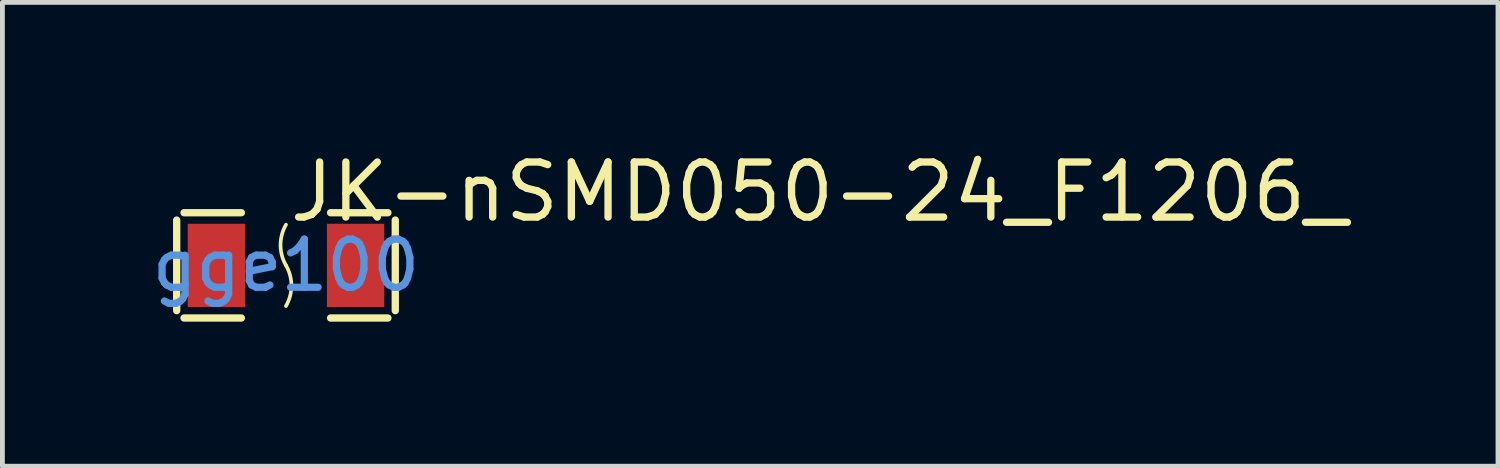
<source format=kicad_pcb>
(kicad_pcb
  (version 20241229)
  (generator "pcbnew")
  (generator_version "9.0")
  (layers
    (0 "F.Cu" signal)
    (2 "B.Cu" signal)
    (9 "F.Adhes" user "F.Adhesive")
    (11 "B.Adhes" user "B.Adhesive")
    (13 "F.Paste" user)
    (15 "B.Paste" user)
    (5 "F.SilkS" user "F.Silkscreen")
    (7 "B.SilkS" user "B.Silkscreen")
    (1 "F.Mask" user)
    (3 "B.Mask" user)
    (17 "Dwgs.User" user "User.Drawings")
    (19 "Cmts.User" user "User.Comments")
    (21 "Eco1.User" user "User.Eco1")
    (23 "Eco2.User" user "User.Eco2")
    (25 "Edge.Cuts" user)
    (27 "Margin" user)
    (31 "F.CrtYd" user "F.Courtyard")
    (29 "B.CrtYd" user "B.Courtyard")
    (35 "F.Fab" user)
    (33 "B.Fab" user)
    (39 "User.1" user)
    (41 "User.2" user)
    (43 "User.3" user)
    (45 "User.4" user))
  (footprint "JK-nSMD050-24_F1206_"
    (layer "F.Cu")
    (at 2.887 2.459)
    (property "Reference" "JK-nSMD050-24_F1206_" (at 0 -1.524 0) (layer "F.SilkS") (effects (font (size 1.143 1.143) (thickness 0.152)) (justify left)))
    (attr smd)
    (fp_line (start -2.269 -0.94) (end -2.269 0.94) (stroke (width 0.152) (type solid)) (layer "F.SilkS"))
    (fp_line (start -2.116 1.093) (end -0.926 1.093) (stroke (width 0.152) (type solid)) (layer "F.SilkS"))
    (fp_line (start -0.926 -1.093) (end -2.116 -1.093) (stroke (width 0.152) (type solid)) (layer "F.SilkS"))
    (fp_line (start 0.926 -1.093) (end 2.116 -1.093) (stroke (width 0.152) (type solid)) (layer "F.SilkS"))
    (fp_line (start 2.116 1.093) (end 0.926 1.093) (stroke (width 0.152) (type solid)) (layer "F.SilkS"))
    (fp_line (start 2.269 -0.94) (end 2.269 0.94) (stroke (width 0.152) (type solid)) (layer "F.SilkS"))
    (fp_arc (start 0 0) (mid 0.112931 0.422537) (end -0.000537 0.844931) (stroke (width 0.076) (type solid)) (layer "F.SilkS"))
    (fp_arc (start 0 0) (mid -0.112931 -0.422537) (end 0.000537 -0.844931) (stroke (width 0.076) (type solid)) (layer "F.SilkS"))
    (fp_text user "gge100" (at 0 0 0) (layer "Cmts.User") (effects (font (size 1 1) (thickness 0.15))))
    (pad "1" smd rect (at -1.445 0) (size 1.19 1.728) (layers "F.Cu" "F.Mask" "F.Paste"))
    (pad "2" smd rect (at 1.445 0) (size 1.19 1.728) (layers "F.Cu" "F.Mask" "F.Paste")))
  (gr_rect
    (start -3 -3)
    (end 28.049 6.628)
    (stroke (width 0.1) (type default))
    (fill no)
    (layer "Edge.Cuts")))
</source>
